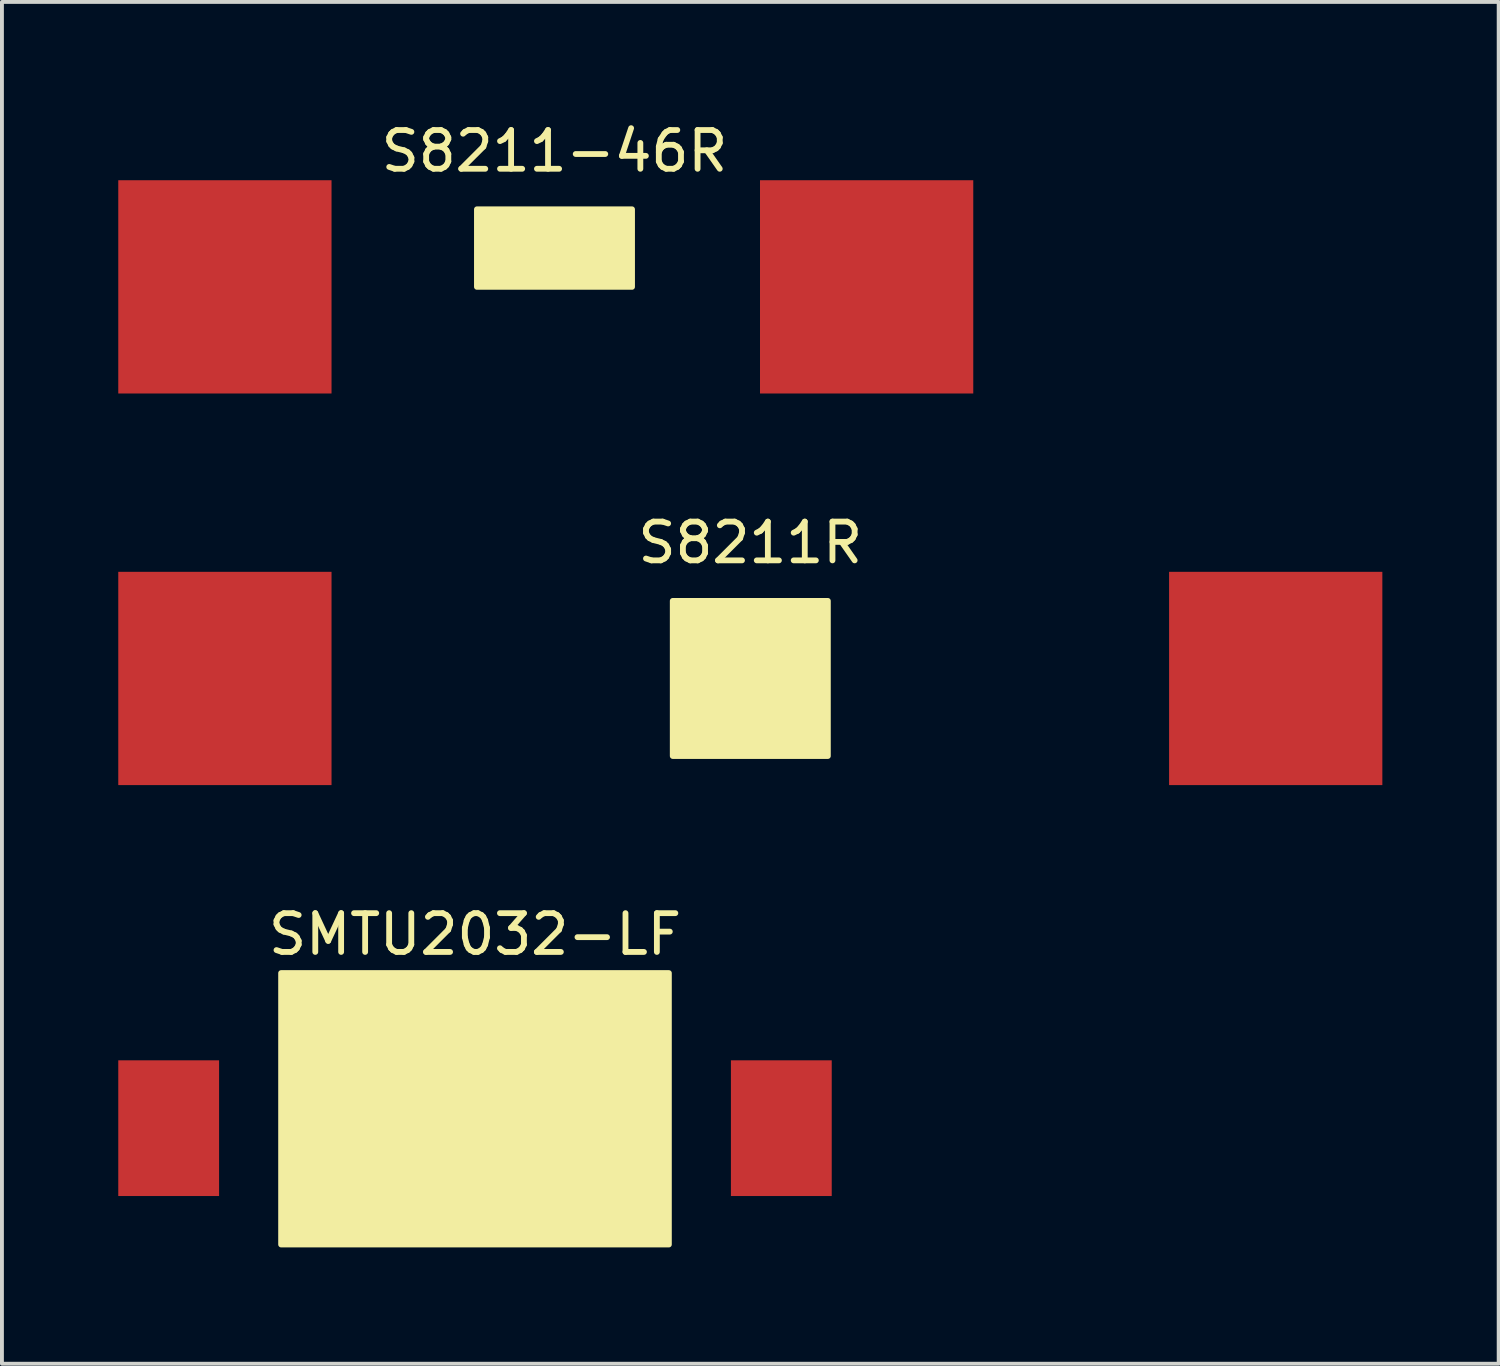
<source format=kicad_pcb>
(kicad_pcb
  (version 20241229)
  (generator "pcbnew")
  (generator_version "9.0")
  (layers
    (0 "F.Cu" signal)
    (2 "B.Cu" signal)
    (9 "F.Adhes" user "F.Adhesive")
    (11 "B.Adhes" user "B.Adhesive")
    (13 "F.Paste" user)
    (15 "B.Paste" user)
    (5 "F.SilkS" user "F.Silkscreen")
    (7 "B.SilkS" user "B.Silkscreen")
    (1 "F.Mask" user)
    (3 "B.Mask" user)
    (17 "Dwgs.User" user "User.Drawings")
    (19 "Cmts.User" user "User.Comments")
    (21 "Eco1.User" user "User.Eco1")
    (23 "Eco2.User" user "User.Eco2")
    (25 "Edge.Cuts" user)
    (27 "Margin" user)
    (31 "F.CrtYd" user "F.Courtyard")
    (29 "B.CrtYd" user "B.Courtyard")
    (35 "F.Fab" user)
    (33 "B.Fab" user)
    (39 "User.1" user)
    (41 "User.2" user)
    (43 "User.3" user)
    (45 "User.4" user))
  (footprint "S8211R"
    (layer "F.Cu")
    (at 16.3 10.447)
    (property "Reference" "S8211R" (at 0 0.5 0) (layer "F.SilkS") (effects (font (size 1 1) (thickness 0.15))))
    (attr through_hole)
    (fp_poly (pts (xy -2 2) (xy 2 2) (xy 2 6) (xy -2 6)) (stroke (width 0.15) (type solid)) (fill yes) (layer "F.SilkS"))
    (pad "1" smd trapezoid (at 13.55 4) (size 5.5 5.5) (layers "F.Cu" "F.Mask" "F.Paste"))
    (pad "2" smd trapezoid (at -13.55 4) (size 5.5 5.5) (layers "F.Cu" "F.Mask" "F.Paste")))
  (footprint "SMTU2032-LF"
    (layer "F.Cu")
    (at 9.2 21.045)
    (property "Reference" "SMTU2032-LF" (at 0 0 0) (layer "F.SilkS") (effects (font (size 1 1) (thickness 0.15))))
    (attr through_hole)
    (fp_poly (pts (xy 0 1) (xy 5 1) (xy 5 8) (xy -5 8) (xy -5 1)) (stroke (width 0.15) (type solid)) (fill yes) (layer "F.SilkS"))
    (pad "1" smd trapezoid (at 7.9 5) (size 2.6 3.5) (layers "F.Cu" "F.Mask" "F.Paste"))
    (pad "2" smd trapezoid (at -7.9 5) (size 2.6 3.5) (layers "F.Cu" "F.Mask" "F.Paste")))
  (footprint "S8211-46R"
    (layer "F.Cu")
    (at 11.25 0.348)
    (property "Reference" "S8211-46R" (at 0 0.5 0) (layer "F.SilkS") (effects (font (size 1 1) (thickness 0.15))))
    (attr through_hole)
    (fp_poly (pts (xy 0 2) (xy 2 2) (xy 2 4) (xy 0 4) (xy -2 4) (xy -2 2) (xy -1 2)) (stroke (width 0.15) (type solid)) (fill yes) (layer "F.SilkS"))
    (pad "1" smd trapezoid (at 8.05 4) (size 5.5 5.5) (layers "F.Cu" "F.Mask" "F.Paste"))
    (pad "2" smd trapezoid (at -8.5 4) (size 5.5 5.5) (layers "F.Cu" "F.Mask" "F.Paste")))
  (gr_rect
    (start -3 -3)
    (end 35.6 32.12)
    (stroke (width 0.1) (type default))
    (fill no)
    (layer "Edge.Cuts")))
</source>
